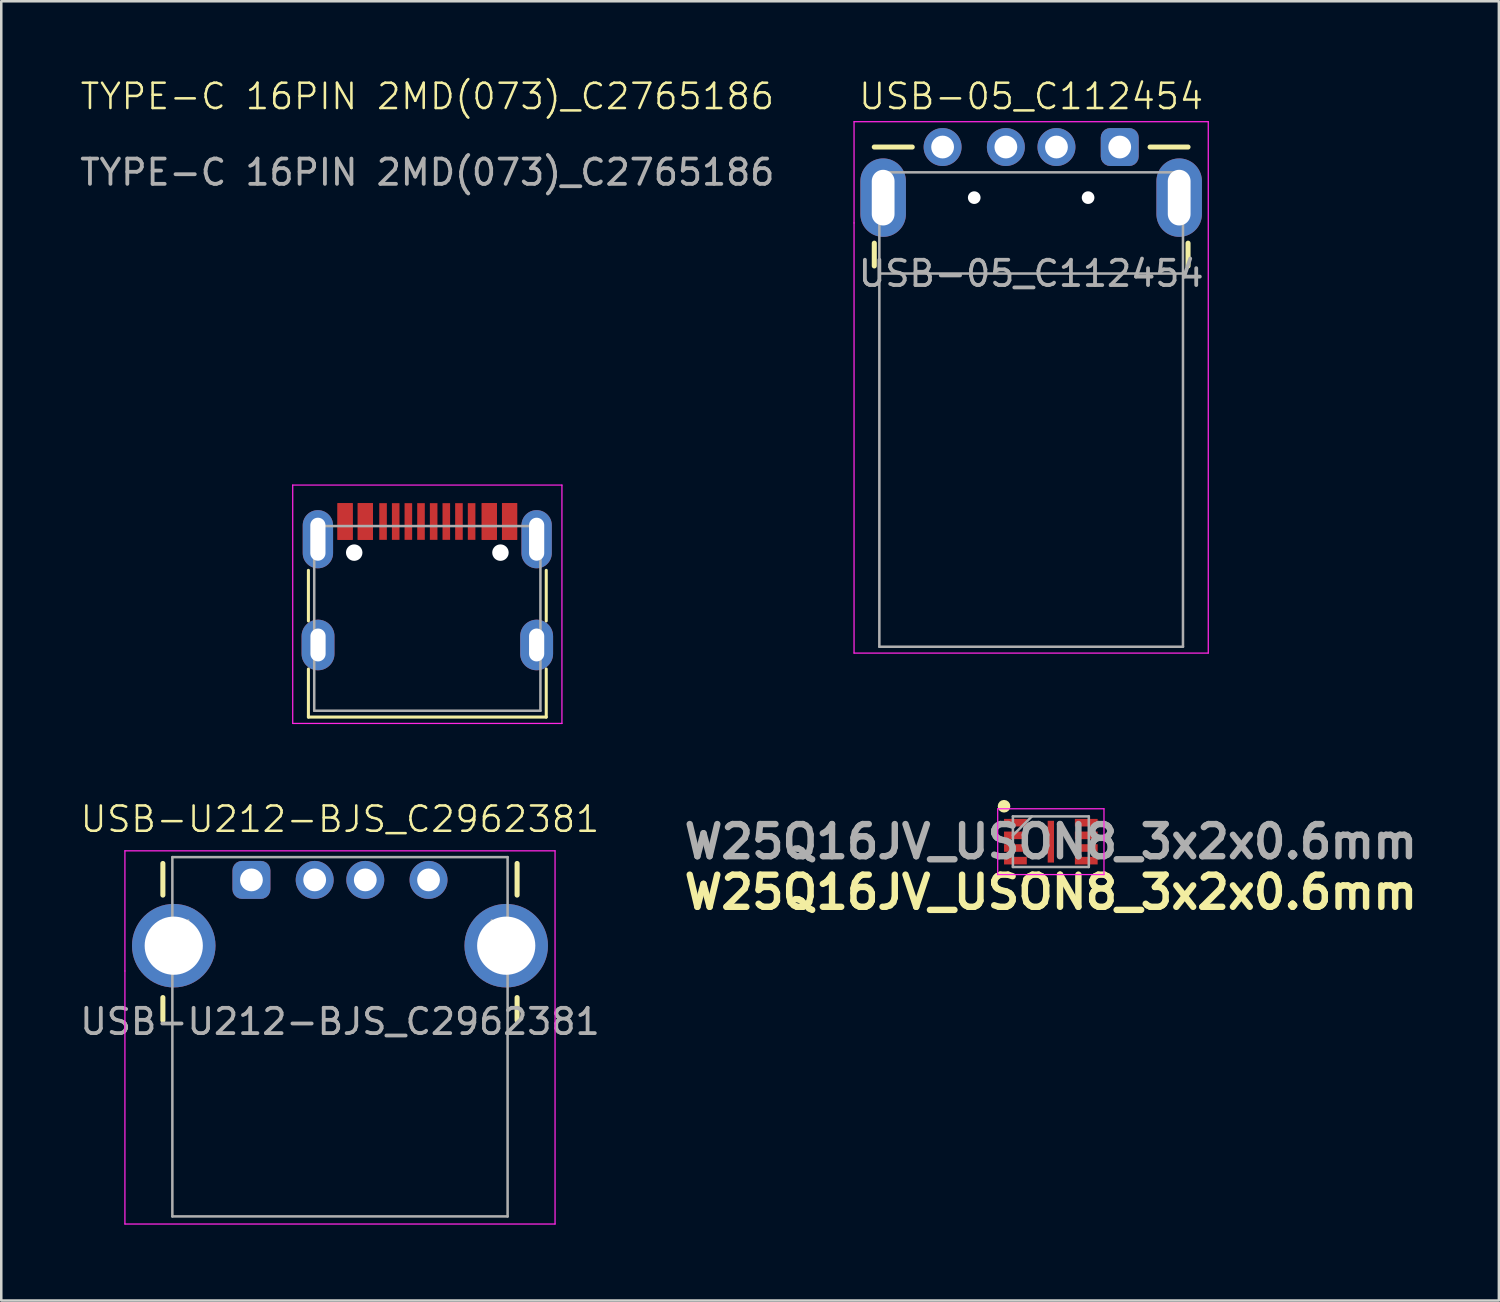
<source format=kicad_pcb>
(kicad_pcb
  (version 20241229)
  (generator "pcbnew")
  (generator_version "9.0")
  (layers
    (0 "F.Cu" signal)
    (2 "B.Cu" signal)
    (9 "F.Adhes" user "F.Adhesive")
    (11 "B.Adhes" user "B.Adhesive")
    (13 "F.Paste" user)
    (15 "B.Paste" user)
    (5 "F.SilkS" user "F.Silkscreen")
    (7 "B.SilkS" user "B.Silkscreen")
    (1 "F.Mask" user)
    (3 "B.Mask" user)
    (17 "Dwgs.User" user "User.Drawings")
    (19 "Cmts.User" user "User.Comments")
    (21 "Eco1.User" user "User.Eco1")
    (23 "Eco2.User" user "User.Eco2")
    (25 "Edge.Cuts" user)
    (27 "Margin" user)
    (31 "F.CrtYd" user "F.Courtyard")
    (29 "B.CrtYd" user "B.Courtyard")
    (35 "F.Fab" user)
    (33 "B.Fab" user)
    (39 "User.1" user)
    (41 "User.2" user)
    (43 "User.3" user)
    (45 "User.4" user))
  (footprint "W25Q16JV_USON8_3x2x0.6mm"
    (layer "F.Cu")
    (at 38.482 30.215)
    (property "Reference" "W25Q16JV_USON8_3x2x0.6mm" (at 0 2 0) (layer "F.SilkS") (effects (font (size 1.27 1.27) (thickness 0.254))))
    (attr smd)
    (fp_circle (center -1.85 -1.4) (end -1.85 -1.275) (stroke (width 0.25) (type solid)) (fill no) (layer "F.SilkS"))
    (fp_line (start -2.1 -1.3) (end 2.1 -1.3) (stroke (width 0.05) (type solid)) (layer "F.CrtYd"))
    (fp_line (start -2.1 1.3) (end -2.1 -1.3) (stroke (width 0.05) (type solid)) (layer "F.CrtYd"))
    (fp_line (start 2.1 -1.3) (end 2.1 1.3) (stroke (width 0.05) (type solid)) (layer "F.CrtYd"))
    (fp_line (start 2.1 1.3) (end -2.1 1.3) (stroke (width 0.05) (type solid)) (layer "F.CrtYd"))
    (fp_line (start -1.5 -1) (end 1.5 -1) (stroke (width 0.1) (type solid)) (layer "F.Fab"))
    (fp_line (start -1.5 -0.25) (end -0.75 -1) (stroke (width 0.1) (type solid)) (layer "F.Fab"))
    (fp_line (start -1.5 1) (end -1.5 -1) (stroke (width 0.1) (type solid)) (layer "F.Fab"))
    (fp_line (start 1.5 -1) (end 1.5 1) (stroke (width 0.1) (type solid)) (layer "F.Fab"))
    (fp_line (start 1.5 1) (end -1.5 1) (stroke (width 0.1) (type solid)) (layer "F.Fab"))
    (fp_text user "${REFERENCE}" (at 0 0 0) (layer "F.Fab") (effects (font (size 1.27 1.27) (thickness 0.254))))
    (pad "1" smd rect (at -1.4 -0.75 90) (size 0.3 0.9) (layers "F.Cu" "F.Mask" "F.Paste"))
    (pad "2" smd rect (at -1.4 -0.25 90) (size 0.3 0.9) (layers "F.Cu" "F.Mask" "F.Paste"))
    (pad "3" smd rect (at -1.4 0.25 90) (size 0.3 0.9) (layers "F.Cu" "F.Mask" "F.Paste"))
    (pad "4" smd rect (at -1.4 0.75 90) (size 0.3 0.9) (layers "F.Cu" "F.Mask" "F.Paste"))
    (pad "5" smd rect (at 1.4 0.75 90) (size 0.3 0.9) (layers "F.Cu" "F.Mask" "F.Paste"))
    (pad "6" smd rect (at 1.4 0.25 90) (size 0.3 0.9) (layers "F.Cu" "F.Mask" "F.Paste"))
    (pad "7" smd rect (at 1.4 -0.25 90) (size 0.3 0.9) (layers "F.Cu" "F.Mask" "F.Paste"))
    (pad "8" smd rect (at 1.4 -0.75 90) (size 0.3 0.9) (layers "F.Cu" "F.Mask" "F.Paste"))
    (pad "9" smd rect (at 0 0) (size 0.25 1.65) (layers "F.Cu" "F.Mask" "F.Paste")))
  (footprint "USB-U212-BJS_C2962381"
    (layer "F.Cu")
    (at 10.387 34.326)
    (property "Reference" "USB-U212-BJS_C2962381" (at 0 -5 0) (unlocked yes) (layer "F.SilkS") (effects (font (size 1 1) (thickness 0.1))))
    (attr through_hole)
    (fp_line (start -7 -3.25) (end -7 -2) (stroke (width 0.2) (type default)) (layer "F.SilkS"))
    (fp_line (start -7 2.05) (end -7 2.95) (stroke (width 0.2) (type default)) (layer "F.SilkS"))
    (fp_line (start 7 -3.25) (end 7 -2) (stroke (width 0.2) (type default)) (layer "F.SilkS"))
    (fp_line (start 7 2.05) (end 7 2.95) (stroke (width 0.2) (type default)) (layer "F.SilkS"))
    (fp_line (start -8.5 -3.75) (end 8.5 -3.75) (stroke (width 0.05) (type default)) (layer "F.CrtYd"))
    (fp_line (start -8.5 1) (end -8.5 -3.75) (stroke (width 0.05) (type default)) (layer "F.CrtYd"))
    (fp_line (start -8.5 11) (end -8.5 1) (stroke (width 0.05) (type default)) (layer "F.CrtYd"))
    (fp_line (start 8.5 -3.75) (end 8.5 11) (stroke (width 0.05) (type default)) (layer "F.CrtYd"))
    (fp_line (start 8.5 11) (end -8.5 11) (stroke (width 0.05) (type default)) (layer "F.CrtYd"))
    (fp_line (start -6.625 -3.5) (end 6.625 -3.5) (stroke (width 0.1) (type default)) (layer "F.Fab"))
    (fp_line (start -6.625 10.7) (end -6.625 -3.5) (stroke (width 0.1) (type default)) (layer "F.Fab"))
    (fp_line (start -6 0) (end -6 -1) (stroke (width 0.1) (type default)) (layer "F.Fab"))
    (fp_line (start 6 -1) (end 6 0) (stroke (width 0.1) (type default)) (layer "F.Fab"))
    (fp_line (start 6.625 -3.5) (end 6.625 10.7) (stroke (width 0.1) (type default)) (layer "F.Fab"))
    (fp_line (start 6.625 10.7) (end -6.625 10.7) (stroke (width 0.1) (type default)) (layer "F.Fab"))
    (fp_text user "${REFERENCE}" (at 0 3 0) (unlocked yes) (layer "F.Fab") (effects (font (size 1 1) (thickness 0.15))))
    (pad "1" thru_hole roundrect (at -3.5 -2.6) (size 1.5 1.5) (drill 0.9) (layers "*.Cu" "*.Mask") (roundrect_rratio 0.25))
    (pad "2" thru_hole circle (at -1 -2.6) (size 1.5 1.5) (drill 0.9) (layers "*.Cu" "*.Mask"))
    (pad "3" thru_hole circle (at 1 -2.6) (size 1.5 1.5) (drill 0.9) (layers "*.Cu" "*.Mask"))
    (pad "4" thru_hole circle (at 3.5 -2.6) (size 1.5 1.5) (drill 0.9) (layers "*.Cu" "*.Mask"))
    (pad "5" thru_hole circle (at -6.57 0) (size 3.3 3.3) (drill 2.3) (layers "*.Cu" "*.Mask"))
    (pad "5" thru_hole circle (at 6.57 0) (size 3.3 3.3) (drill 2.3) (layers "*.Cu" "*.Mask")))
  (footprint "TYPE-C 16PIN 2MD(073)_C2765186"
    (layer "F.Cu")
    (at 13.839 18.261)
    (property "Reference" "TYPE-C 16PIN 2MD(073)_C2765186" (at 0 -17.5 0) (unlocked yes) (layer "F.SilkS") (effects (font (size 1 1) (thickness 0.1))))
    (attr smd)
    (fp_line (start -4.7 1.23) (end -4.7 3.23) (stroke (width 0.12) (type solid)) (layer "F.SilkS"))
    (fp_line (start -4.7 5.13) (end -4.7 7.03) (stroke (width 0.12) (type solid)) (layer "F.SilkS"))
    (fp_line (start -4.7 7.03) (end 4.7 7.03) (stroke (width 0.12) (type solid)) (layer "F.SilkS"))
    (fp_line (start 4.7 1.23) (end 4.7 3.23) (stroke (width 0.12) (type solid)) (layer "F.SilkS"))
    (fp_line (start 4.7 5.13) (end 4.7 7.03) (stroke (width 0.12) (type solid)) (layer "F.SilkS"))
    (fp_line (start -5.32 -2.14) (end -5.32 7.28) (stroke (width 0.05) (type solid)) (layer "F.CrtYd"))
    (fp_line (start -5.32 -2.14) (end 5.32 -2.14) (stroke (width 0.05) (type solid)) (layer "F.CrtYd"))
    (fp_line (start -5.32 7.28) (end 5.32 7.28) (stroke (width 0.05) (type solid)) (layer "F.CrtYd"))
    (fp_line (start 5.32 -2.14) (end 5.32 7.28) (stroke (width 0.05) (type solid)) (layer "F.CrtYd"))
    (fp_line (start -4.47 -0.52) (end -4.47 6.78) (stroke (width 0.1) (type solid)) (layer "F.Fab"))
    (fp_line (start -4.47 -0.52) (end 4.47 -0.52) (stroke (width 0.1) (type solid)) (layer "F.Fab"))
    (fp_line (start -4.47 6.78) (end 4.47 6.78) (stroke (width 0.1) (type solid)) (layer "F.Fab"))
    (fp_line (start 4.47 -0.52) (end 4.47 6.78) (stroke (width 0.1) (type solid)) (layer "F.Fab"))
    (fp_text user "${REFERENCE}" (at 0 -14.5 0) (unlocked yes) (layer "F.Fab") (effects (font (size 1 1) (thickness 0.15))))
    (pad "" np_thru_hole circle (at -2.89 0.53) (size 0.65 0.65) (drill 0.65) (layers "*.Cu" "*.Mask"))
    (pad "" np_thru_hole circle (at 2.89 0.53) (size 0.65 0.65) (drill 0.65) (layers "*.Cu" "*.Mask"))
    (pad "A1" smd rect (at -3.25 -0.7) (size 0.6 1.45) (layers "F.Cu" "F.Mask" "F.Paste"))
    (pad "A4" smd rect (at -2.45 -0.7) (size 0.6 1.45) (layers "F.Cu" "F.Mask" "F.Paste"))
    (pad "A5" smd rect (at -1.25 -0.7) (size 0.3 1.45) (layers "F.Cu" "F.Mask" "F.Paste"))
    (pad "A6" smd rect (at -0.25 -0.7) (size 0.3 1.45) (layers "F.Cu" "F.Mask" "F.Paste"))
    (pad "A7" smd rect (at 0.25 -0.7) (size 0.3 1.45) (layers "F.Cu" "F.Mask" "F.Paste"))
    (pad "A8" smd rect (at 1.25 -0.7) (size 0.3 1.45) (layers "F.Cu" "F.Mask" "F.Paste"))
    (pad "A9" smd rect (at 2.45 -0.7) (size 0.6 1.45) (layers "F.Cu" "F.Mask" "F.Paste"))
    (pad "A12" smd rect (at 3.25 -0.7) (size 0.6 1.45) (layers "F.Cu" "F.Mask" "F.Paste"))
    (pad "B1" smd rect (at 3.25 -0.7) (size 0.6 1.45) (layers "F.Cu" "F.Mask" "F.Paste"))
    (pad "B4" smd rect (at 2.45 -0.7) (size 0.6 1.45) (layers "F.Cu" "F.Mask" "F.Paste"))
    (pad "B5" smd rect (at 1.75 -0.7) (size 0.3 1.45) (layers "F.Cu" "F.Mask" "F.Paste"))
    (pad "B6" smd rect (at 0.75 -0.7) (size 0.3 1.45) (layers "F.Cu" "F.Mask" "F.Paste"))
    (pad "B7" smd rect (at -0.75 -0.7) (size 0.3 1.45) (layers "F.Cu" "F.Mask" "F.Paste"))
    (pad "B8" smd rect (at -1.75 -0.7) (size 0.3 1.45) (layers "F.Cu" "F.Mask" "F.Paste"))
    (pad "B9" smd rect (at -2.45 -0.7) (size 0.6 1.45) (layers "F.Cu" "F.Mask" "F.Paste"))
    (pad "B12" smd rect (at -3.25 -0.7) (size 0.6 1.45) (layers "F.Cu" "F.Mask" "F.Paste"))
    (pad "S1" thru_hole oval (at -4.325 0) (size 1.2 2.3) (drill oval 0.6 1.7) (layers "*.Cu" "*.Mask"))
    (pad "S1" thru_hole oval (at -4.32 4.18) (size 1.3 2) (drill oval 0.6 1.3) (layers "*.Cu" "*.Mask"))
    (pad "S1" thru_hole oval (at 4.32 0) (size 1.2 2.3) (drill oval 0.6 1.7) (layers "*.Cu" "*.Mask"))
    (pad "S1" thru_hole oval (at 4.32 4.18) (size 1.3 2) (drill oval 0.6 1.3) (layers "*.Cu" "*.Mask")))
  (footprint "USB-05_C112454"
    (layer "F.Cu")
    (at 37.704 4.761)
    (property "Reference" "USB-05_C112454" (at 0 -4 0) (unlocked yes) (layer "F.SilkS") (effects (font (size 1 1) (thickness 0.1))))
    (attr smd)
    (fp_line (start -6.2 1.8) (end -6.2 2.7) (stroke (width 0.2) (type default)) (layer "F.SilkS"))
    (fp_line (start -4.7 -2) (end -6.2 -2) (stroke (width 0.2) (type default)) (layer "F.SilkS"))
    (fp_line (start 6.2 -2) (end 4.7 -2) (stroke (width 0.2) (type default)) (layer "F.SilkS"))
    (fp_line (start 6.2 1.8) (end 6.2 2.7) (stroke (width 0.2) (type default)) (layer "F.SilkS"))
    (fp_line (start -7 -3) (end 7 -3) (stroke (width 0.05) (type default)) (layer "F.CrtYd"))
    (fp_line (start -7 1) (end -7 -3) (stroke (width 0.05) (type default)) (layer "F.CrtYd"))
    (fp_line (start -7 18) (end -7 1) (stroke (width 0.05) (type default)) (layer "F.CrtYd"))
    (fp_line (start 7 -3) (end 7 18) (stroke (width 0.05) (type default)) (layer "F.CrtYd"))
    (fp_line (start 7 18) (end -7 18) (stroke (width 0.05) (type default)) (layer "F.CrtYd"))
    (fp_line (start -6 -1) (end 6 -1) (stroke (width 0.1) (type default)) (layer "F.Fab"))
    (fp_line (start -6 0) (end -6 -1) (stroke (width 0.1) (type default)) (layer "F.Fab"))
    (fp_line (start -6 3) (end 6 3) (stroke (width 0.1) (type default)) (layer "F.Fab"))
    (fp_line (start -6 17.75) (end -6 0) (stroke (width 0.1) (type default)) (layer "F.Fab"))
    (fp_line (start 6 -1) (end 6 0) (stroke (width 0.1) (type default)) (layer "F.Fab"))
    (fp_line (start 6 0) (end 6 17.75) (stroke (width 0.1) (type default)) (layer "F.Fab"))
    (fp_line (start 6 17.75) (end -6 17.75) (stroke (width 0.1) (type default)) (layer "F.Fab"))
    (fp_text user "${REFERENCE}" (at 0 3 0) (unlocked yes) (layer "F.Fab") (effects (font (size 1 1) (thickness 0.15))))
    (pad "" np_thru_hole oval (at -2.25 0) (size 0.5 0.5) (drill 1) (layers "*.Cu" "*.Mask"))
    (pad "" np_thru_hole oval (at 2.25 0) (size 0.5 0.5) (drill 1) (layers "*.Cu" "*.Mask"))
    (pad "1" thru_hole roundrect (at 3.5 -2) (size 1.5 1.5) (drill 0.9) (layers "*.Cu" "*.Mask") (roundrect_rratio 0.25))
    (pad "2" thru_hole circle (at 1 -2) (size 1.5 1.5) (drill 0.9) (layers "*.Cu" "*.Mask"))
    (pad "3" thru_hole circle (at -1 -2) (size 1.5 1.5) (drill 0.9) (layers "*.Cu" "*.Mask"))
    (pad "4" thru_hole circle (at -3.5 -2) (size 1.5 1.5) (drill 0.9) (layers "*.Cu" "*.Mask"))
    (pad "5" thru_hole oval (at -5.85 0) (size 1.8 3.1) (drill oval 0.9 2.2) (layers "*.Cu" "*.Mask"))
    (pad "5" thru_hole oval (at 5.85 0) (size 1.8 3.1) (drill oval 0.9 2.2) (layers "*.Cu" "*.Mask")))
  (gr_rect
    (start -3 -3)
    (end 56.189 48.351)
    (stroke (width 0.1) (type default))
    (fill no)
    (layer "Edge.Cuts")))
</source>
